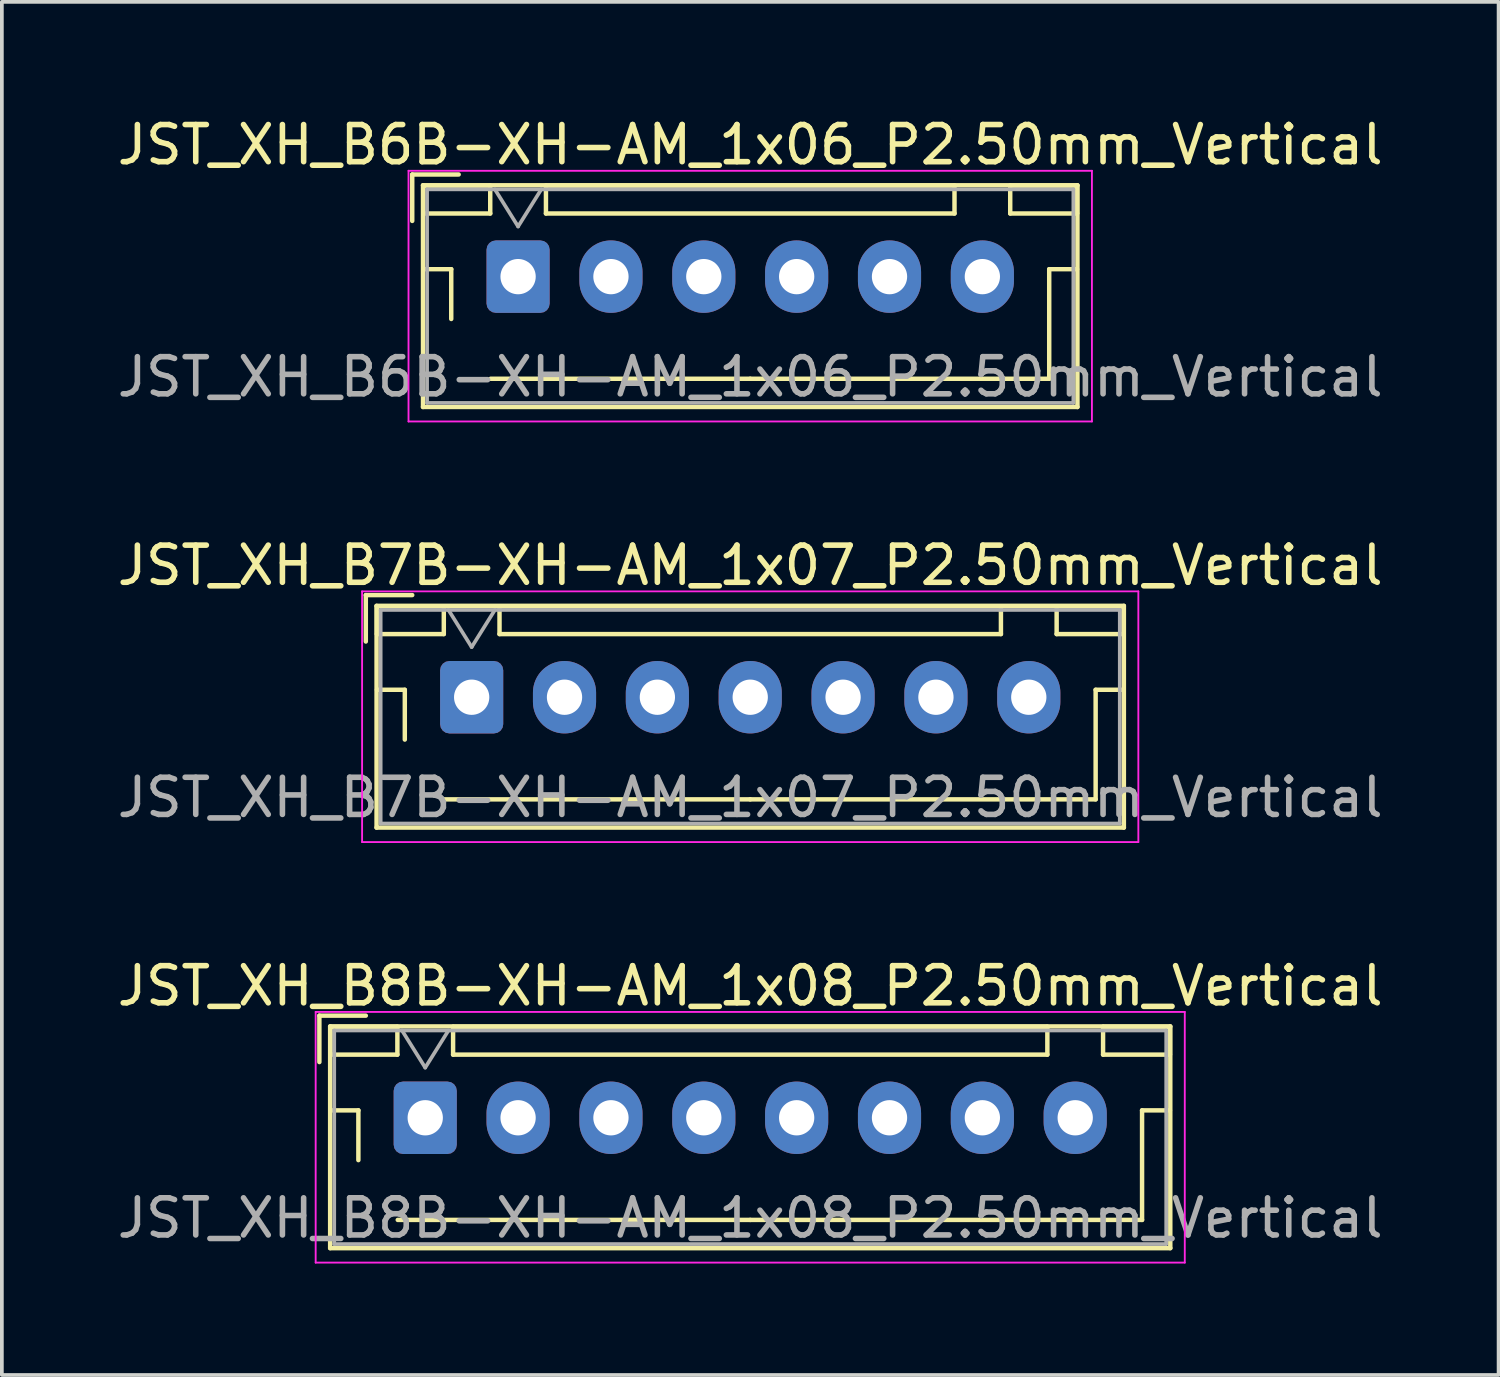
<source format=kicad_pcb>
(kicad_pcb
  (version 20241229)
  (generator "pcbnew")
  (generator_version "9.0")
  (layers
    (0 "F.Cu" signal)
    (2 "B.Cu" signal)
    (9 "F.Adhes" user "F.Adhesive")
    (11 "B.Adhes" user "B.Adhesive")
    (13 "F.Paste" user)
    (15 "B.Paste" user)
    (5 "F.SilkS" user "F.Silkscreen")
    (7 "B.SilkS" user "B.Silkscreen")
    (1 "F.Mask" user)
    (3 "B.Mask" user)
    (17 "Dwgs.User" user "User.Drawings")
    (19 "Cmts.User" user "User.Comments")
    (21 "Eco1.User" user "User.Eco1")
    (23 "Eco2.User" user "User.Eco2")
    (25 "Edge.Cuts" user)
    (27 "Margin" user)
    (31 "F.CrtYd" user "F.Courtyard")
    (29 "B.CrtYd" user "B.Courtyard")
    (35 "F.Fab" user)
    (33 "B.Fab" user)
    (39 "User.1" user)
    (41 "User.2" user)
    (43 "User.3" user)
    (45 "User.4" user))
  (footprint "JST_XH_B6B-XH-AM_1x06_P2.50mm_Vertical"
    (layer "F.Cu")
    (at 10.899 4.398)
    (property "Reference" "JST_XH_B6B-XH-AM_1x06_P2.50mm_Vertical" (at 6.25 -3.55 0) (layer "F.SilkS") (effects (font (size 1 1) (thickness 0.15))))
    (attr through_hole)
    (fp_line (start -2.85 -2.75) (end -2.85 -1.5) (stroke (width 0.12) (type solid)) (layer "F.SilkS"))
    (fp_line (start -2.56 -2.46) (end -2.56 3.51) (stroke (width 0.12) (type solid)) (layer "F.SilkS"))
    (fp_line (start -2.56 3.51) (end 15.06 3.51) (stroke (width 0.12) (type solid)) (layer "F.SilkS"))
    (fp_line (start -2.55 -2.45) (end -2.55 -1.7) (stroke (width 0.12) (type solid)) (layer "F.SilkS"))
    (fp_line (start -2.55 -1.7) (end -0.75 -1.7) (stroke (width 0.12) (type solid)) (layer "F.SilkS"))
    (fp_line (start -2.55 -0.2) (end -1.8 -0.2) (stroke (width 0.12) (type solid)) (layer "F.SilkS"))
    (fp_line (start -1.8 -0.2) (end -1.8 1.14) (stroke (width 0.12) (type solid)) (layer "F.SilkS"))
    (fp_line (start -1.6 -2.75) (end -2.85 -2.75) (stroke (width 0.12) (type solid)) (layer "F.SilkS"))
    (fp_line (start -0.75 -2.45) (end -2.55 -2.45) (stroke (width 0.12) (type solid)) (layer "F.SilkS"))
    (fp_line (start -0.75 -1.7) (end -0.75 -2.45) (stroke (width 0.12) (type solid)) (layer "F.SilkS"))
    (fp_line (start 0.75 -2.45) (end 0.75 -1.7) (stroke (width 0.12) (type solid)) (layer "F.SilkS"))
    (fp_line (start 0.75 -1.7) (end 11.75 -1.7) (stroke (width 0.12) (type solid)) (layer "F.SilkS"))
    (fp_line (start 6.25 2.75) (end -0.74 2.75) (stroke (width 0.12) (type solid)) (layer "F.SilkS"))
    (fp_line (start 11.75 -2.45) (end 0.75 -2.45) (stroke (width 0.12) (type solid)) (layer "F.SilkS"))
    (fp_line (start 11.75 -1.7) (end 11.75 -2.45) (stroke (width 0.12) (type solid)) (layer "F.SilkS"))
    (fp_line (start 13.25 -2.45) (end 13.25 -1.7) (stroke (width 0.12) (type solid)) (layer "F.SilkS"))
    (fp_line (start 13.25 -1.7) (end 15.05 -1.7) (stroke (width 0.12) (type solid)) (layer "F.SilkS"))
    (fp_line (start 14.3 -0.2) (end 14.3 2.75) (stroke (width 0.12) (type solid)) (layer "F.SilkS"))
    (fp_line (start 14.3 2.75) (end 6.25 2.75) (stroke (width 0.12) (type solid)) (layer "F.SilkS"))
    (fp_line (start 15.05 -2.45) (end 13.25 -2.45) (stroke (width 0.12) (type solid)) (layer "F.SilkS"))
    (fp_line (start 15.05 -1.7) (end 15.05 -2.45) (stroke (width 0.12) (type solid)) (layer "F.SilkS"))
    (fp_line (start 15.05 -0.2) (end 14.3 -0.2) (stroke (width 0.12) (type solid)) (layer "F.SilkS"))
    (fp_line (start 15.06 -2.46) (end -2.56 -2.46) (stroke (width 0.12) (type solid)) (layer "F.SilkS"))
    (fp_line (start 15.06 3.51) (end 15.06 -2.46) (stroke (width 0.12) (type solid)) (layer "F.SilkS"))
    (fp_line (start -2.95 -2.85) (end -2.95 3.9) (stroke (width 0.05) (type solid)) (layer "F.CrtYd"))
    (fp_line (start -2.95 3.9) (end 15.45 3.9) (stroke (width 0.05) (type solid)) (layer "F.CrtYd"))
    (fp_line (start 15.45 -2.85) (end -2.95 -2.85) (stroke (width 0.05) (type solid)) (layer "F.CrtYd"))
    (fp_line (start 15.45 3.9) (end 15.45 -2.85) (stroke (width 0.05) (type solid)) (layer "F.CrtYd"))
    (fp_line (start -2.45 -2.35) (end -2.45 3.4) (stroke (width 0.1) (type solid)) (layer "F.Fab"))
    (fp_line (start -2.45 3.4) (end 14.95 3.4) (stroke (width 0.1) (type solid)) (layer "F.Fab"))
    (fp_line (start -0.625 -2.35) (end 0 -1.35) (stroke (width 0.1) (type solid)) (layer "F.Fab"))
    (fp_line (start 0 -1.35) (end 0.625 -2.35) (stroke (width 0.1) (type solid)) (layer "F.Fab"))
    (fp_line (start 14.95 -2.35) (end -2.45 -2.35) (stroke (width 0.1) (type solid)) (layer "F.Fab"))
    (fp_line (start 14.95 3.4) (end 14.95 -2.35) (stroke (width 0.1) (type solid)) (layer "F.Fab"))
    (fp_text user "${REFERENCE}" (at 6.25 2.7 0) (layer "F.Fab") (effects (font (size 1 1) (thickness 0.15))))
    (pad "1" thru_hole roundrect (at 0 0) (size 1.7 1.95) (drill 0.95) (layers "*.Cu" "*.Mask") (roundrect_rratio 0.147))
    (pad "2" thru_hole oval (at 2.5 0) (size 1.7 1.95) (drill 0.95) (layers "*.Cu" "*.Mask"))
    (pad "3" thru_hole oval (at 5 0) (size 1.7 1.95) (drill 0.95) (layers "*.Cu" "*.Mask"))
    (pad "4" thru_hole oval (at 7.5 0) (size 1.7 1.95) (drill 0.95) (layers "*.Cu" "*.Mask"))
    (pad "5" thru_hole oval (at 10 0) (size 1.7 1.95) (drill 0.95) (layers "*.Cu" "*.Mask"))
    (pad "6" thru_hole oval (at 12.5 0) (size 1.7 1.95) (drill 0.95) (layers "*.Cu" "*.Mask")))
  (footprint "JST_XH_B8B-XH-AM_1x08_P2.50mm_Vertical"
    (layer "F.Cu")
    (at 8.399 27.045)
    (property "Reference" "JST_XH_B8B-XH-AM_1x08_P2.50mm_Vertical" (at 8.75 -3.55 0) (layer "F.SilkS") (effects (font (size 1 1) (thickness 0.15))))
    (attr through_hole)
    (fp_line (start -2.85 -2.75) (end -2.85 -1.5) (stroke (width 0.12) (type solid)) (layer "F.SilkS"))
    (fp_line (start -2.56 -2.46) (end -2.56 3.51) (stroke (width 0.12) (type solid)) (layer "F.SilkS"))
    (fp_line (start -2.56 3.51) (end 20.06 3.51) (stroke (width 0.12) (type solid)) (layer "F.SilkS"))
    (fp_line (start -2.55 -2.45) (end -2.55 -1.7) (stroke (width 0.12) (type solid)) (layer "F.SilkS"))
    (fp_line (start -2.55 -1.7) (end -0.75 -1.7) (stroke (width 0.12) (type solid)) (layer "F.SilkS"))
    (fp_line (start -2.55 -0.2) (end -1.8 -0.2) (stroke (width 0.12) (type solid)) (layer "F.SilkS"))
    (fp_line (start -1.8 -0.2) (end -1.8 1.14) (stroke (width 0.12) (type solid)) (layer "F.SilkS"))
    (fp_line (start -1.6 -2.75) (end -2.85 -2.75) (stroke (width 0.12) (type solid)) (layer "F.SilkS"))
    (fp_line (start -0.75 -2.45) (end -2.55 -2.45) (stroke (width 0.12) (type solid)) (layer "F.SilkS"))
    (fp_line (start -0.75 -1.7) (end -0.75 -2.45) (stroke (width 0.12) (type solid)) (layer "F.SilkS"))
    (fp_line (start 0.75 -2.45) (end 0.75 -1.7) (stroke (width 0.12) (type solid)) (layer "F.SilkS"))
    (fp_line (start 0.75 -1.7) (end 16.75 -1.7) (stroke (width 0.12) (type solid)) (layer "F.SilkS"))
    (fp_line (start 8.75 2.75) (end -0.74 2.75) (stroke (width 0.12) (type solid)) (layer "F.SilkS"))
    (fp_line (start 16.75 -2.45) (end 0.75 -2.45) (stroke (width 0.12) (type solid)) (layer "F.SilkS"))
    (fp_line (start 16.75 -1.7) (end 16.75 -2.45) (stroke (width 0.12) (type solid)) (layer "F.SilkS"))
    (fp_line (start 18.25 -2.45) (end 18.25 -1.7) (stroke (width 0.12) (type solid)) (layer "F.SilkS"))
    (fp_line (start 18.25 -1.7) (end 20.05 -1.7) (stroke (width 0.12) (type solid)) (layer "F.SilkS"))
    (fp_line (start 19.3 -0.2) (end 19.3 2.75) (stroke (width 0.12) (type solid)) (layer "F.SilkS"))
    (fp_line (start 19.3 2.75) (end 8.75 2.75) (stroke (width 0.12) (type solid)) (layer "F.SilkS"))
    (fp_line (start 20.05 -2.45) (end 18.25 -2.45) (stroke (width 0.12) (type solid)) (layer "F.SilkS"))
    (fp_line (start 20.05 -1.7) (end 20.05 -2.45) (stroke (width 0.12) (type solid)) (layer "F.SilkS"))
    (fp_line (start 20.05 -0.2) (end 19.3 -0.2) (stroke (width 0.12) (type solid)) (layer "F.SilkS"))
    (fp_line (start 20.06 -2.46) (end -2.56 -2.46) (stroke (width 0.12) (type solid)) (layer "F.SilkS"))
    (fp_line (start 20.06 3.51) (end 20.06 -2.46) (stroke (width 0.12) (type solid)) (layer "F.SilkS"))
    (fp_line (start -2.95 -2.85) (end -2.95 3.9) (stroke (width 0.05) (type solid)) (layer "F.CrtYd"))
    (fp_line (start -2.95 3.9) (end 20.45 3.9) (stroke (width 0.05) (type solid)) (layer "F.CrtYd"))
    (fp_line (start 20.45 -2.85) (end -2.95 -2.85) (stroke (width 0.05) (type solid)) (layer "F.CrtYd"))
    (fp_line (start 20.45 3.9) (end 20.45 -2.85) (stroke (width 0.05) (type solid)) (layer "F.CrtYd"))
    (fp_line (start -2.45 -2.35) (end -2.45 3.4) (stroke (width 0.1) (type solid)) (layer "F.Fab"))
    (fp_line (start -2.45 3.4) (end 19.95 3.4) (stroke (width 0.1) (type solid)) (layer "F.Fab"))
    (fp_line (start -0.625 -2.35) (end 0 -1.35) (stroke (width 0.1) (type solid)) (layer "F.Fab"))
    (fp_line (start 0 -1.35) (end 0.625 -2.35) (stroke (width 0.1) (type solid)) (layer "F.Fab"))
    (fp_line (start 19.95 -2.35) (end -2.45 -2.35) (stroke (width 0.1) (type solid)) (layer "F.Fab"))
    (fp_line (start 19.95 3.4) (end 19.95 -2.35) (stroke (width 0.1) (type solid)) (layer "F.Fab"))
    (fp_text user "${REFERENCE}" (at 8.75 2.7 0) (layer "F.Fab") (effects (font (size 1 1) (thickness 0.15))))
    (pad "1" thru_hole roundrect (at 0 0) (size 1.7 1.95) (drill 0.95) (layers "*.Cu" "*.Mask") (roundrect_rratio 0.147))
    (pad "2" thru_hole oval (at 2.5 0) (size 1.7 1.95) (drill 0.95) (layers "*.Cu" "*.Mask"))
    (pad "3" thru_hole oval (at 5 0) (size 1.7 1.95) (drill 0.95) (layers "*.Cu" "*.Mask"))
    (pad "4" thru_hole oval (at 7.5 0) (size 1.7 1.95) (drill 0.95) (layers "*.Cu" "*.Mask"))
    (pad "5" thru_hole oval (at 10 0) (size 1.7 1.95) (drill 0.95) (layers "*.Cu" "*.Mask"))
    (pad "6" thru_hole oval (at 12.5 0) (size 1.7 1.95) (drill 0.95) (layers "*.Cu" "*.Mask"))
    (pad "7" thru_hole oval (at 15 0) (size 1.7 1.95) (drill 0.95) (layers "*.Cu" "*.Mask"))
    (pad "8" thru_hole oval (at 17.5 0) (size 1.7 1.95) (drill 0.95) (layers "*.Cu" "*.Mask")))
  (footprint "JST_XH_B7B-XH-AM_1x07_P2.50mm_Vertical"
    (layer "F.Cu")
    (at 9.649 15.722)
    (property "Reference" "JST_XH_B7B-XH-AM_1x07_P2.50mm_Vertical" (at 7.5 -3.55 0) (layer "F.SilkS") (effects (font (size 1 1) (thickness 0.15))))
    (attr through_hole)
    (fp_line (start -2.85 -2.75) (end -2.85 -1.5) (stroke (width 0.12) (type solid)) (layer "F.SilkS"))
    (fp_line (start -2.56 -2.46) (end -2.56 3.51) (stroke (width 0.12) (type solid)) (layer "F.SilkS"))
    (fp_line (start -2.56 3.51) (end 17.56 3.51) (stroke (width 0.12) (type solid)) (layer "F.SilkS"))
    (fp_line (start -2.55 -2.45) (end -2.55 -1.7) (stroke (width 0.12) (type solid)) (layer "F.SilkS"))
    (fp_line (start -2.55 -1.7) (end -0.75 -1.7) (stroke (width 0.12) (type solid)) (layer "F.SilkS"))
    (fp_line (start -2.55 -0.2) (end -1.8 -0.2) (stroke (width 0.12) (type solid)) (layer "F.SilkS"))
    (fp_line (start -1.8 -0.2) (end -1.8 1.14) (stroke (width 0.12) (type solid)) (layer "F.SilkS"))
    (fp_line (start -1.6 -2.75) (end -2.85 -2.75) (stroke (width 0.12) (type solid)) (layer "F.SilkS"))
    (fp_line (start -0.75 -2.45) (end -2.55 -2.45) (stroke (width 0.12) (type solid)) (layer "F.SilkS"))
    (fp_line (start -0.75 -1.7) (end -0.75 -2.45) (stroke (width 0.12) (type solid)) (layer "F.SilkS"))
    (fp_line (start 0.75 -2.45) (end 0.75 -1.7) (stroke (width 0.12) (type solid)) (layer "F.SilkS"))
    (fp_line (start 0.75 -1.7) (end 14.25 -1.7) (stroke (width 0.12) (type solid)) (layer "F.SilkS"))
    (fp_line (start 7.5 2.75) (end -0.74 2.75) (stroke (width 0.12) (type solid)) (layer "F.SilkS"))
    (fp_line (start 14.25 -2.45) (end 0.75 -2.45) (stroke (width 0.12) (type solid)) (layer "F.SilkS"))
    (fp_line (start 14.25 -1.7) (end 14.25 -2.45) (stroke (width 0.12) (type solid)) (layer "F.SilkS"))
    (fp_line (start 15.75 -2.45) (end 15.75 -1.7) (stroke (width 0.12) (type solid)) (layer "F.SilkS"))
    (fp_line (start 15.75 -1.7) (end 17.55 -1.7) (stroke (width 0.12) (type solid)) (layer "F.SilkS"))
    (fp_line (start 16.8 -0.2) (end 16.8 2.75) (stroke (width 0.12) (type solid)) (layer "F.SilkS"))
    (fp_line (start 16.8 2.75) (end 7.5 2.75) (stroke (width 0.12) (type solid)) (layer "F.SilkS"))
    (fp_line (start 17.55 -2.45) (end 15.75 -2.45) (stroke (width 0.12) (type solid)) (layer "F.SilkS"))
    (fp_line (start 17.55 -1.7) (end 17.55 -2.45) (stroke (width 0.12) (type solid)) (layer "F.SilkS"))
    (fp_line (start 17.55 -0.2) (end 16.8 -0.2) (stroke (width 0.12) (type solid)) (layer "F.SilkS"))
    (fp_line (start 17.56 -2.46) (end -2.56 -2.46) (stroke (width 0.12) (type solid)) (layer "F.SilkS"))
    (fp_line (start 17.56 3.51) (end 17.56 -2.46) (stroke (width 0.12) (type solid)) (layer "F.SilkS"))
    (fp_line (start -2.95 -2.85) (end -2.95 3.9) (stroke (width 0.05) (type solid)) (layer "F.CrtYd"))
    (fp_line (start -2.95 3.9) (end 17.95 3.9) (stroke (width 0.05) (type solid)) (layer "F.CrtYd"))
    (fp_line (start 17.95 -2.85) (end -2.95 -2.85) (stroke (width 0.05) (type solid)) (layer "F.CrtYd"))
    (fp_line (start 17.95 3.9) (end 17.95 -2.85) (stroke (width 0.05) (type solid)) (layer "F.CrtYd"))
    (fp_line (start -2.45 -2.35) (end -2.45 3.4) (stroke (width 0.1) (type solid)) (layer "F.Fab"))
    (fp_line (start -2.45 3.4) (end 17.45 3.4) (stroke (width 0.1) (type solid)) (layer "F.Fab"))
    (fp_line (start -0.625 -2.35) (end 0 -1.35) (stroke (width 0.1) (type solid)) (layer "F.Fab"))
    (fp_line (start 0 -1.35) (end 0.625 -2.35) (stroke (width 0.1) (type solid)) (layer "F.Fab"))
    (fp_line (start 17.45 -2.35) (end -2.45 -2.35) (stroke (width 0.1) (type solid)) (layer "F.Fab"))
    (fp_line (start 17.45 3.4) (end 17.45 -2.35) (stroke (width 0.1) (type solid)) (layer "F.Fab"))
    (fp_text user "${REFERENCE}" (at 7.5 2.7 0) (layer "F.Fab") (effects (font (size 1 1) (thickness 0.15))))
    (pad "1" thru_hole roundrect (at 0 0) (size 1.7 1.95) (drill 0.95) (layers "*.Cu" "*.Mask") (roundrect_rratio 0.147))
    (pad "2" thru_hole oval (at 2.5 0) (size 1.7 1.95) (drill 0.95) (layers "*.Cu" "*.Mask"))
    (pad "3" thru_hole oval (at 5 0) (size 1.7 1.95) (drill 0.95) (layers "*.Cu" "*.Mask"))
    (pad "4" thru_hole oval (at 7.5 0) (size 1.7 1.95) (drill 0.95) (layers "*.Cu" "*.Mask"))
    (pad "5" thru_hole oval (at 10 0) (size 1.7 1.95) (drill 0.95) (layers "*.Cu" "*.Mask"))
    (pad "6" thru_hole oval (at 12.5 0) (size 1.7 1.95) (drill 0.95) (layers "*.Cu" "*.Mask"))
    (pad "7" thru_hole oval (at 15 0) (size 1.7 1.95) (drill 0.95) (layers "*.Cu" "*.Mask")))
  (gr_rect
    (start -3 -3)
    (end 37.298 33.97)
    (stroke (width 0.1) (type default))
    (fill no)
    (layer "Edge.Cuts")))
</source>
